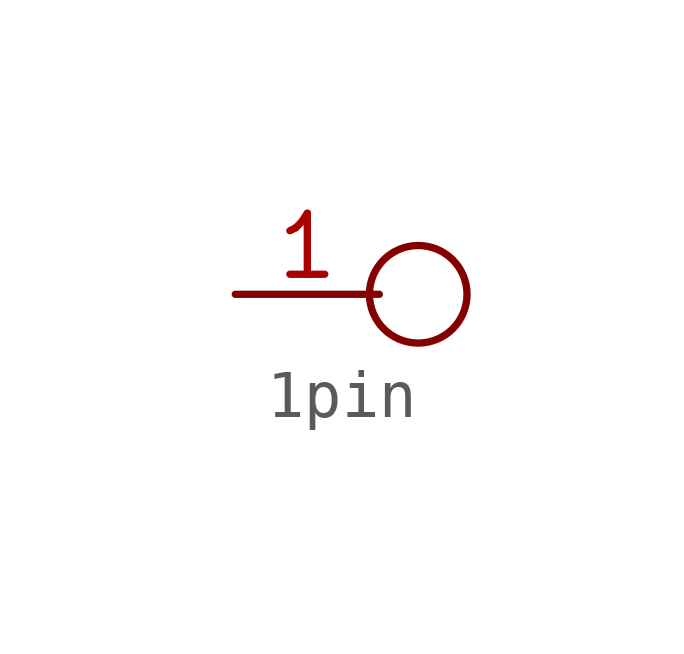
<source format=kicad_sym>
(kicad_symbol_lib
  (version 20211014)
  (generator kicad_symbol_editor)
  (symbol "1pin"
    (property "Reference" "U"
      (at -9.144 1.016 0)
      (effects (font (size 1.27 1.27)) hide))
    (symbol "1pin_0_1"
      (circle (center 0 0) (radius 1.016) (stroke (width 0) (type default) (color 0 0 0 0)) (fill (type none))))
    (symbol "1pin_1_1"
      (pin passive line (at -3.81 0 0) (length 3) (name "" (effects (font (size 1.27 1.27)))) (number "1" (effects (font (size 1.27 1.27))))))))
</source>
